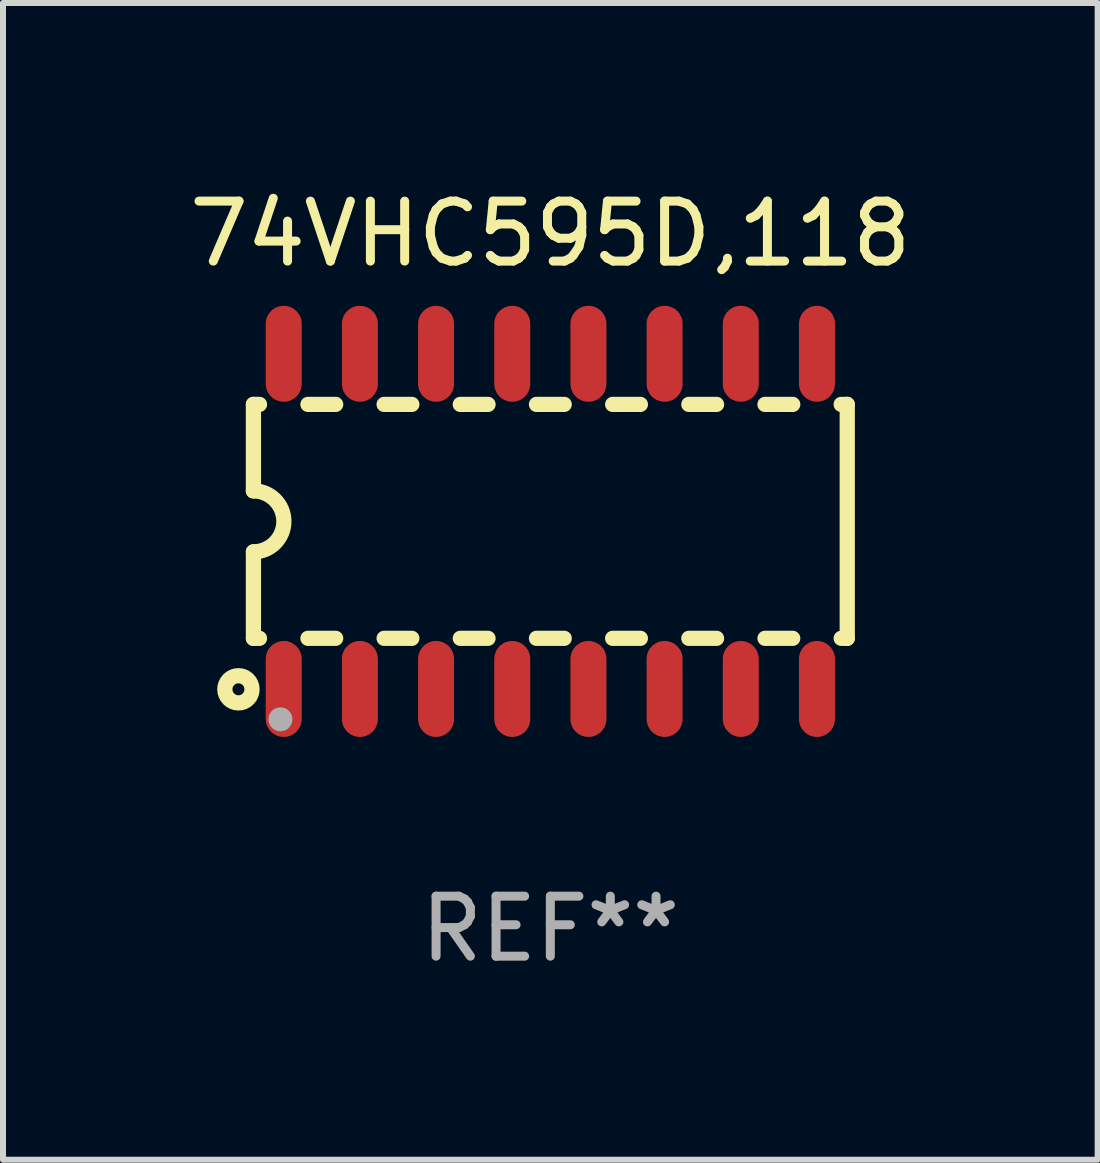
<source format=kicad_pcb>
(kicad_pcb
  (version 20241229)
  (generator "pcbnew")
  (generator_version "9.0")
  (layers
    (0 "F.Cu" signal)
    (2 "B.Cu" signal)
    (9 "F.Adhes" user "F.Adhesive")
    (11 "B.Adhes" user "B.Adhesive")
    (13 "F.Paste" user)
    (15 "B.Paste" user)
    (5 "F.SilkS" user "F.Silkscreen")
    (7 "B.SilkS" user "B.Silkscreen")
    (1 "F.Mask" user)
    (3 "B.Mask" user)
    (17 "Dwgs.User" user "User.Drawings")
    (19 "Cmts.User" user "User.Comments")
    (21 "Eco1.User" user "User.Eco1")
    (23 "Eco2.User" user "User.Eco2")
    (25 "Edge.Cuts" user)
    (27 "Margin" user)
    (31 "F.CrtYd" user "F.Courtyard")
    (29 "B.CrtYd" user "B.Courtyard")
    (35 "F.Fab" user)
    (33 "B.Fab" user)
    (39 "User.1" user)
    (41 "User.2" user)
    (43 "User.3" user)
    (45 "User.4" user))
  (footprint "74VHC595D,118"
    (layer "F.Cu")
    (at 6.125 5.642)
    (property "Reference" "74VHC595D,118" (at 0 -4.794 0) (layer "F.SilkS") (effects (font (size 1 1) (thickness 0.15))))
    (attr through_hole)
    (fp_line (start -4.95 -1.95) (end -4.95 -0.508) (stroke (width 0.254) (type solid)) (layer "F.SilkS"))
    (fp_line (start -4.95 -1.95) (end -4.849 -1.95) (stroke (width 0.254) (type solid)) (layer "F.SilkS"))
    (fp_line (start -4.95 1.95) (end -4.95 0.508) (stroke (width 0.254) (type solid)) (layer "F.SilkS"))
    (fp_line (start -4.95 1.95) (end -4.849 1.95) (stroke (width 0.254) (type solid)) (layer "F.SilkS"))
    (fp_line (start -4.041 -1.95) (end -3.579 -1.95) (stroke (width 0.254) (type solid)) (layer "F.SilkS"))
    (fp_line (start -4.041 1.95) (end -3.579 1.95) (stroke (width 0.254) (type solid)) (layer "F.SilkS"))
    (fp_line (start -2.771 -1.95) (end -2.309 -1.95) (stroke (width 0.254) (type solid)) (layer "F.SilkS"))
    (fp_line (start -2.771 1.95) (end -2.309 1.95) (stroke (width 0.254) (type solid)) (layer "F.SilkS"))
    (fp_line (start -1.501 -1.95) (end -1.039 -1.95) (stroke (width 0.254) (type solid)) (layer "F.SilkS"))
    (fp_line (start -1.501 1.95) (end -1.039 1.95) (stroke (width 0.254) (type solid)) (layer "F.SilkS"))
    (fp_line (start -0.231 -1.95) (end 0.231 -1.95) (stroke (width 0.254) (type solid)) (layer "F.SilkS"))
    (fp_line (start -0.231 1.95) (end 0.231 1.95) (stroke (width 0.254) (type solid)) (layer "F.SilkS"))
    (fp_line (start 1.039 -1.95) (end 1.501 -1.95) (stroke (width 0.254) (type solid)) (layer "F.SilkS"))
    (fp_line (start 1.039 1.95) (end 1.501 1.95) (stroke (width 0.254) (type solid)) (layer "F.SilkS"))
    (fp_line (start 2.309 -1.95) (end 2.771 -1.95) (stroke (width 0.254) (type solid)) (layer "F.SilkS"))
    (fp_line (start 2.309 1.95) (end 2.771 1.95) (stroke (width 0.254) (type solid)) (layer "F.SilkS"))
    (fp_line (start 3.579 -1.95) (end 4.041 -1.95) (stroke (width 0.254) (type solid)) (layer "F.SilkS"))
    (fp_line (start 3.579 1.95) (end 4.041 1.95) (stroke (width 0.254) (type solid)) (layer "F.SilkS"))
    (fp_line (start 4.849 -1.95) (end 4.95 -1.95) (stroke (width 0.254) (type solid)) (layer "F.SilkS"))
    (fp_line (start 4.849 1.95) (end 4.95 1.95) (stroke (width 0.254) (type solid)) (layer "F.SilkS"))
    (fp_line (start 4.95 -1.95) (end 4.95 1.95) (stroke (width 0.254) (type solid)) (layer "F.SilkS"))
    (fp_arc (start -4.95047 -0.508001) (mid -4.442469 -0.000228) (end -4.950013 0.508001) (stroke (width 0.254001) (type solid)) (layer "F.SilkS"))
    (fp_circle (center -5.2 2.8) (end -5.1 2.8) (stroke (width 0.254) (type solid)) (fill no) (layer "F.SilkS"))
    (fp_circle (center -4.95 2.947) (end -4.92 2.947) (stroke (width 0.06) (type solid)) (fill no) (layer "F.SilkS"))
    (fp_circle (center -4.5 3.3) (end -4.4 3.3) (stroke (width 0.2) (type solid)) (fill no) (layer "F.Fab"))
    (fp_text user "REF**" (at 0 6.794 0) (layer "F.Fab") (effects (font (size 1 1) (thickness 0.15))))
    (pad "1" smd oval (at -4.445 2.794) (size 0.6 1.6) (layers "F.Cu" "F.Mask" "F.Paste"))
    (pad "2" smd oval (at -3.175 2.794) (size 0.6 1.6) (layers "F.Cu" "F.Mask" "F.Paste"))
    (pad "3" smd oval (at -1.905 2.794) (size 0.6 1.6) (layers "F.Cu" "F.Mask" "F.Paste"))
    (pad "4" smd oval (at -0.635 2.794) (size 0.6 1.6) (layers "F.Cu" "F.Mask" "F.Paste"))
    (pad "5" smd oval (at 0.635 2.794) (size 0.6 1.6) (layers "F.Cu" "F.Mask" "F.Paste"))
    (pad "6" smd oval (at 1.905 2.794) (size 0.6 1.6) (layers "F.Cu" "F.Mask" "F.Paste"))
    (pad "7" smd oval (at 3.175 2.794) (size 0.6 1.6) (layers "F.Cu" "F.Mask" "F.Paste"))
    (pad "8" smd oval (at 4.445 2.794) (size 0.6 1.6) (layers "F.Cu" "F.Mask" "F.Paste"))
    (pad "9" smd oval (at 4.445 -2.794) (size 0.6 1.6) (layers "F.Cu" "F.Mask" "F.Paste"))
    (pad "10" smd oval (at 3.175 -2.794) (size 0.6 1.6) (layers "F.Cu" "F.Mask" "F.Paste"))
    (pad "11" smd oval (at 1.905 -2.794) (size 0.6 1.6) (layers "F.Cu" "F.Mask" "F.Paste"))
    (pad "12" smd oval (at 0.635 -2.794) (size 0.6 1.6) (layers "F.Cu" "F.Mask" "F.Paste"))
    (pad "13" smd oval (at -0.635 -2.794) (size 0.6 1.6) (layers "F.Cu" "F.Mask" "F.Paste"))
    (pad "14" smd oval (at -1.905 -2.794) (size 0.6 1.6) (layers "F.Cu" "F.Mask" "F.Paste"))
    (pad "15" smd oval (at -3.175 -2.794) (size 0.6 1.6) (layers "F.Cu" "F.Mask" "F.Paste"))
    (pad "16" smd oval (at -4.445 -2.794) (size 0.6 1.6) (layers "F.Cu" "F.Mask" "F.Paste")))
  (gr_rect
    (start -3 -3)
    (end 15.25 16.285)
    (stroke (width 0.1) (type default))
    (fill no)
    (layer "Edge.Cuts")))
</source>
